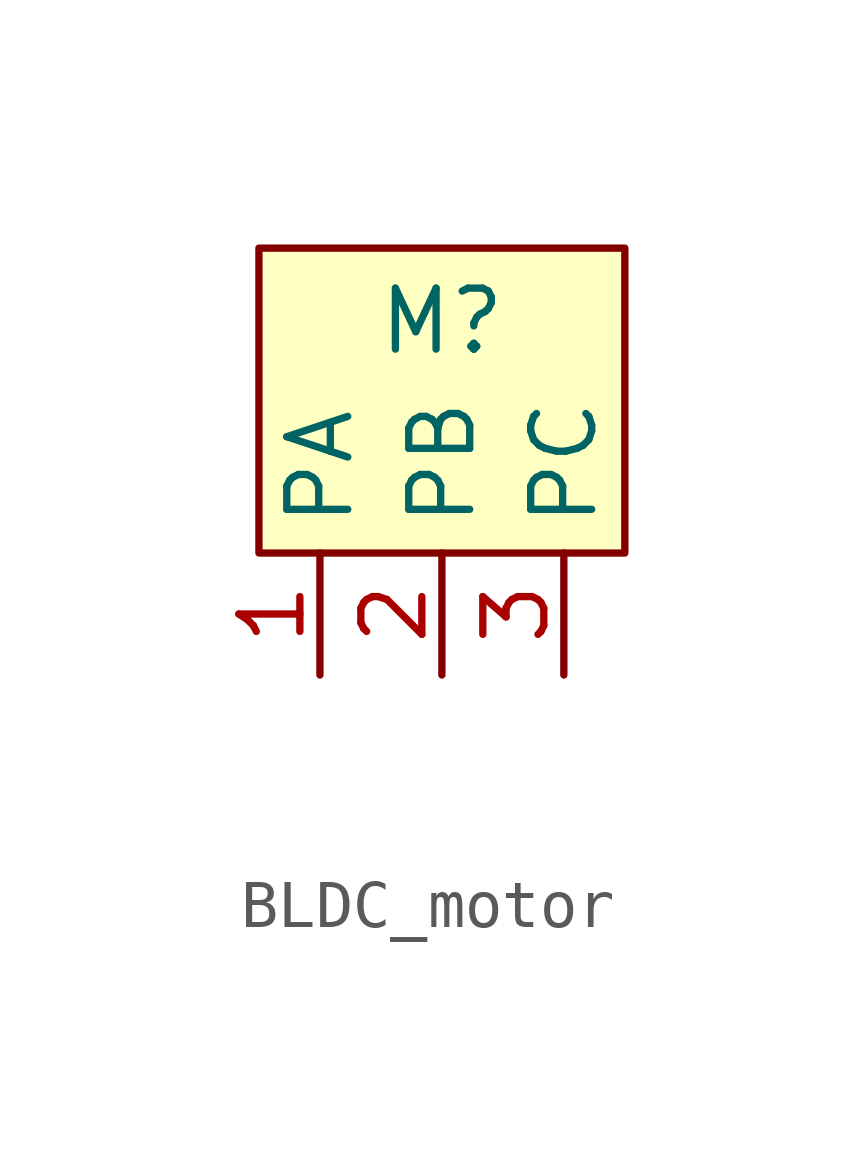
<source format=kicad_sym>
(kicad_symbol_lib
  (version 20231120)
  (generator "kicad_symbol_editor")
  (generator_version "8.0")
  (symbol "BLDC_motor"
    (property "Reference" "M"
      (at 0 2.286 0)
      (effects (font (size 1.27 1.27))))
    (property "Value" ""
      (at 1.27 -7.62 0)
      (effects (font (size 1.27 1.27))))
    (symbol "BLDC_motor_1_1"
      (rectangle (start -3.81 3.81) (end 3.81 -2.54) (stroke (width 0) (type default)) (fill (type background)))
      (pin input line (at -2.54 -5.08 90) (length 2.54) (name "PA" (effects (font (size 1.27 1.27)))) (number "1" (effects (font (size 1.27 1.27)))))
      (pin input line (at 0 -5.08 90) (length 2.54) (name "PB" (effects (font (size 1.27 1.27)))) (number "2" (effects (font (size 1.27 1.27)))))
      (pin input line (at 2.54 -5.08 90) (length 2.54) (name "PC" (effects (font (size 1.27 1.27)))) (number "3" (effects (font (size 1.27 1.27))))))))
</source>
